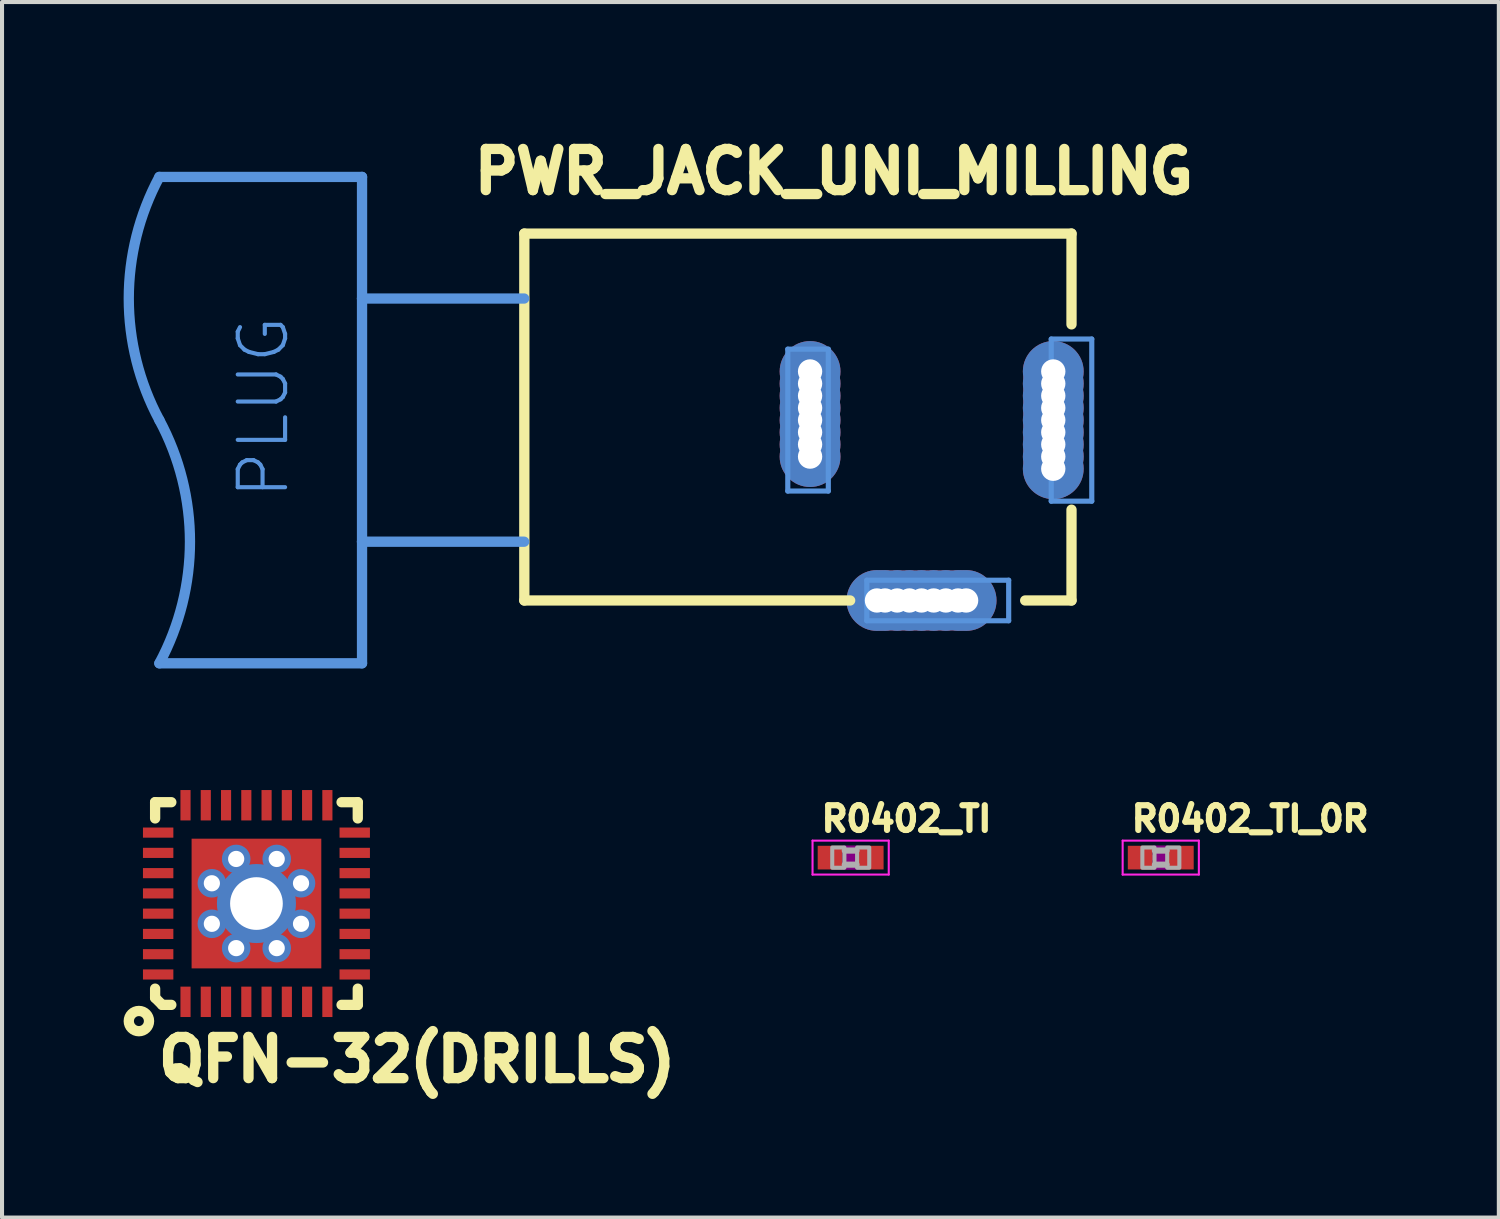
<source format=kicad_pcb>
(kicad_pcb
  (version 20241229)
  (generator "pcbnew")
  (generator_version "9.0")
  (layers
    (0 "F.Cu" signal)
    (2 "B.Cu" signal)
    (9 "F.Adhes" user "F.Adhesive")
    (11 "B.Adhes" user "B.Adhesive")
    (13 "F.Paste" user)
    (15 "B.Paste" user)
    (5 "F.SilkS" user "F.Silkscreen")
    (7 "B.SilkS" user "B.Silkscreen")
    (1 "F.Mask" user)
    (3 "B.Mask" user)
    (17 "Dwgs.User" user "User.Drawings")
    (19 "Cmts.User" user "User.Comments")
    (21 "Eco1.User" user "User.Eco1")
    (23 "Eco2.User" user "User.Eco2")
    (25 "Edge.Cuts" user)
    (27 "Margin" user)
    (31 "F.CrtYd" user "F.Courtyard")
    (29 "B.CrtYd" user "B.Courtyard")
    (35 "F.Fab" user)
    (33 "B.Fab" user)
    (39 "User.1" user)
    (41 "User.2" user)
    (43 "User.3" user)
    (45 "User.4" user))
  (footprint "R0402_TI"
    (layer "F.Cu")
    (at 17.937 18.109)
    (property "Reference" "R0402_TI" (at -0.8 -0.6 0) (layer "F.SilkS") (effects (font (size 0.61 0.61) (thickness 0.203)) (justify left bottom)))
    (fp_poly (pts (xy -0.2 0.3) (xy 0.2 0.3) (xy 0.2 -0.3) (xy -0.2 -0.3)) (stroke (width 0) (type solid)) (fill yes) (layer "F.Adhes"))
    (fp_line (start -0.94 -0.419) (end 0.94 -0.419) (stroke (width 0.051) (type solid)) (layer "F.CrtYd"))
    (fp_line (start -0.94 0.419) (end -0.94 -0.419) (stroke (width 0.051) (type solid)) (layer "F.CrtYd"))
    (fp_line (start 0.94 -0.419) (end 0.94 0.419) (stroke (width 0.051) (type solid)) (layer "F.CrtYd"))
    (fp_line (start 0.94 0.419) (end -0.94 0.419) (stroke (width 0.051) (type solid)) (layer "F.CrtYd"))
    (fp_line (start -0.145 -0.174) (end 0.145 -0.174) (stroke (width 0.152) (type solid)) (layer "F.Fab"))
    (fp_line (start 0.145 0.174) (end -0.145 0.174) (stroke (width 0.152) (type solid)) (layer "F.Fab"))
    (fp_poly (pts (xy -0.454 0.25) (xy -0.154 0.25) (xy -0.154 -0.25) (xy -0.454 -0.25)) (stroke (width 0.1) (type solid)) (fill no) (layer "F.Fab"))
    (fp_poly (pts (xy 0.159 0.25) (xy 0.459 0.25) (xy 0.459 -0.25) (xy 0.159 -0.25)) (stroke (width 0.1) (type solid)) (fill no) (layer "F.Fab"))
    (pad "1" smd rect (at -0.508 0) (size 0.61 0.584) (layers "F.Cu" "F.Mask" "F.Paste"))
    (pad "2" smd rect (at 0.508 0) (size 0.61 0.584) (layers "F.Cu" "F.Mask" "F.Paste")))
  (footprint "QFN-32(DRILLS)"
    (layer "F.Cu")
    (at 3.277 19.242)
    (property "Reference" "QFN-32(DRILLS)" (at -2.54 4.445 0) (layer "F.SilkS") (effects (font (size 1.016 1.016) (thickness 0.254)) (justify left bottom)))
    (fp_line (start -2.5 -2.5) (end -2.5 -2.1) (stroke (width 0.254) (type solid)) (layer "F.SilkS"))
    (fp_line (start -2.5 2.1) (end -2.5 2.325) (stroke (width 0.254) (type solid)) (layer "F.SilkS"))
    (fp_line (start -2.5 2.325) (end -2.325 2.5) (stroke (width 0.254) (type solid)) (layer "F.SilkS"))
    (fp_line (start -2.325 2.5) (end -2.1 2.5) (stroke (width 0.254) (type solid)) (layer "F.SilkS"))
    (fp_line (start -2.1 -2.5) (end -2.5 -2.5) (stroke (width 0.254) (type solid)) (layer "F.SilkS"))
    (fp_line (start 2.1 2.5) (end 2.5 2.5) (stroke (width 0.254) (type solid)) (layer "F.SilkS"))
    (fp_line (start 2.5 -2.5) (end 2.1 -2.5) (stroke (width 0.254) (type solid)) (layer "F.SilkS"))
    (fp_line (start 2.5 -2.1) (end 2.5 -2.5) (stroke (width 0.254) (type solid)) (layer "F.SilkS"))
    (fp_line (start 2.5 2.5) (end 2.5 2.1) (stroke (width 0.254) (type solid)) (layer "F.SilkS"))
    (fp_circle (center -2.9 2.9) (end -2.65 2.9) (stroke (width 0.254) (type solid)) (fill no) (layer "F.SilkS"))
    (fp_poly (pts (xy -2.05 -1.635) (xy -2.05 -1.865) (xy -2.8 -1.865) (xy -2.8 -1.635)) (stroke (width 0) (type solid)) (fill yes) (layer "F.Paste"))
    (fp_poly (pts (xy -2.05 -1.135) (xy -2.05 -1.365) (xy -2.8 -1.365) (xy -2.8 -1.135)) (stroke (width 0) (type solid)) (fill yes) (layer "F.Paste"))
    (fp_poly (pts (xy -2.05 -0.635) (xy -2.05 -0.865) (xy -2.8 -0.865) (xy -2.8 -0.635)) (stroke (width 0) (type solid)) (fill yes) (layer "F.Paste"))
    (fp_poly (pts (xy -2.05 -0.135) (xy -2.05 -0.365) (xy -2.8 -0.365) (xy -2.8 -0.135)) (stroke (width 0) (type solid)) (fill yes) (layer "F.Paste"))
    (fp_poly (pts (xy -2.05 0.365) (xy -2.05 0.135) (xy -2.8 0.135) (xy -2.8 0.365)) (stroke (width 0) (type solid)) (fill yes) (layer "F.Paste"))
    (fp_poly (pts (xy -2.05 0.865) (xy -2.05 0.635) (xy -2.8 0.635) (xy -2.8 0.865)) (stroke (width 0) (type solid)) (fill yes) (layer "F.Paste"))
    (fp_poly (pts (xy -2.05 1.365) (xy -2.05 1.135) (xy -2.8 1.135) (xy -2.8 1.365)) (stroke (width 0) (type solid)) (fill yes) (layer "F.Paste"))
    (fp_poly (pts (xy -2.05 1.865) (xy -2.05 1.635) (xy -2.8 1.635) (xy -2.8 1.865)) (stroke (width 0) (type solid)) (fill yes) (layer "F.Paste"))
    (fp_poly (pts (xy -1.865 -2.05) (xy -1.635 -2.05) (xy -1.635 -2.8) (xy -1.865 -2.8)) (stroke (width 0) (type solid)) (fill yes) (layer "F.Paste"))
    (fp_poly (pts (xy -1.865 2.8) (xy -1.635 2.8) (xy -1.635 2.05) (xy -1.865 2.05)) (stroke (width 0) (type solid)) (fill yes) (layer "F.Paste"))
    (fp_poly (pts (xy -1.5 -0.7) (xy -0.7 -0.7) (xy -0.7 -1.5) (xy -1.5 -1.5)) (stroke (width 0) (type solid)) (fill yes) (layer "F.Paste"))
    (fp_poly (pts (xy -1.5 0.3) (xy -0.7 0.3) (xy -0.7 -0.3) (xy -1.5 -0.3)) (stroke (width 0) (type solid)) (fill yes) (layer "F.Paste"))
    (fp_poly (pts (xy -1.5 1.5) (xy -0.7 1.5) (xy -0.7 0.7) (xy -1.5 0.7)) (stroke (width 0) (type solid)) (fill yes) (layer "F.Paste"))
    (fp_poly (pts (xy -1.365 -2.05) (xy -1.135 -2.05) (xy -1.135 -2.8) (xy -1.365 -2.8)) (stroke (width 0) (type solid)) (fill yes) (layer "F.Paste"))
    (fp_poly (pts (xy -1.365 2.8) (xy -1.135 2.8) (xy -1.135 2.05) (xy -1.365 2.05)) (stroke (width 0) (type solid)) (fill yes) (layer "F.Paste"))
    (fp_poly (pts (xy -0.865 -2.05) (xy -0.635 -2.05) (xy -0.635 -2.8) (xy -0.865 -2.8)) (stroke (width 0) (type solid)) (fill yes) (layer "F.Paste"))
    (fp_poly (pts (xy -0.865 2.8) (xy -0.635 2.8) (xy -0.635 2.05) (xy -0.865 2.05)) (stroke (width 0) (type solid)) (fill yes) (layer "F.Paste"))
    (fp_poly (pts (xy -0.365 -2.05) (xy -0.135 -2.05) (xy -0.135 -2.8) (xy -0.365 -2.8)) (stroke (width 0) (type solid)) (fill yes) (layer "F.Paste"))
    (fp_poly (pts (xy -0.365 2.8) (xy -0.135 2.8) (xy -0.135 2.05) (xy -0.365 2.05)) (stroke (width 0) (type solid)) (fill yes) (layer "F.Paste"))
    (fp_poly (pts (xy -0.3 -0.7) (xy 0.3 -0.7) (xy 0.3 -1.5) (xy -0.3 -1.5)) (stroke (width 0) (type solid)) (fill yes) (layer "F.Paste"))
    (fp_poly (pts (xy -0.3 1.5) (xy 0.3 1.5) (xy 0.3 0.7) (xy -0.3 0.7)) (stroke (width 0) (type solid)) (fill yes) (layer "F.Paste"))
    (fp_poly (pts (xy 0.135 -2.05) (xy 0.365 -2.05) (xy 0.365 -2.8) (xy 0.135 -2.8)) (stroke (width 0) (type solid)) (fill yes) (layer "F.Paste"))
    (fp_poly (pts (xy 0.135 2.8) (xy 0.365 2.8) (xy 0.365 2.05) (xy 0.135 2.05)) (stroke (width 0) (type solid)) (fill yes) (layer "F.Paste"))
    (fp_poly (pts (xy 0.635 -2.05) (xy 0.865 -2.05) (xy 0.865 -2.8) (xy 0.635 -2.8)) (stroke (width 0) (type solid)) (fill yes) (layer "F.Paste"))
    (fp_poly (pts (xy 0.635 2.8) (xy 0.865 2.8) (xy 0.865 2.05) (xy 0.635 2.05)) (stroke (width 0) (type solid)) (fill yes) (layer "F.Paste"))
    (fp_poly (pts (xy 0.7 -0.7) (xy 1.5 -0.7) (xy 1.5 -1.5) (xy 0.7 -1.5)) (stroke (width 0) (type solid)) (fill yes) (layer "F.Paste"))
    (fp_poly (pts (xy 0.7 0.3) (xy 1.5 0.3) (xy 1.5 -0.3) (xy 0.7 -0.3)) (stroke (width 0) (type solid)) (fill yes) (layer "F.Paste"))
    (fp_poly (pts (xy 0.7 1.5) (xy 1.5 1.5) (xy 1.5 0.7) (xy 0.7 0.7)) (stroke (width 0) (type solid)) (fill yes) (layer "F.Paste"))
    (fp_poly (pts (xy 1.135 -2.05) (xy 1.365 -2.05) (xy 1.365 -2.8) (xy 1.135 -2.8)) (stroke (width 0) (type solid)) (fill yes) (layer "F.Paste"))
    (fp_poly (pts (xy 1.135 2.8) (xy 1.365 2.8) (xy 1.365 2.05) (xy 1.135 2.05)) (stroke (width 0) (type solid)) (fill yes) (layer "F.Paste"))
    (fp_poly (pts (xy 1.635 -2.05) (xy 1.865 -2.05) (xy 1.865 -2.8) (xy 1.635 -2.8)) (stroke (width 0) (type solid)) (fill yes) (layer "F.Paste"))
    (fp_poly (pts (xy 1.635 2.8) (xy 1.865 2.8) (xy 1.865 2.05) (xy 1.635 2.05)) (stroke (width 0) (type solid)) (fill yes) (layer "F.Paste"))
    (fp_poly (pts (xy 2.8 -1.635) (xy 2.8 -1.865) (xy 2.05 -1.865) (xy 2.05 -1.635)) (stroke (width 0) (type solid)) (fill yes) (layer "F.Paste"))
    (fp_poly (pts (xy 2.8 -1.135) (xy 2.8 -1.365) (xy 2.05 -1.365) (xy 2.05 -1.135)) (stroke (width 0) (type solid)) (fill yes) (layer "F.Paste"))
    (fp_poly (pts (xy 2.8 -0.635) (xy 2.8 -0.865) (xy 2.05 -0.865) (xy 2.05 -0.635)) (stroke (width 0) (type solid)) (fill yes) (layer "F.Paste"))
    (fp_poly (pts (xy 2.8 -0.135) (xy 2.8 -0.365) (xy 2.05 -0.365) (xy 2.05 -0.135)) (stroke (width 0) (type solid)) (fill yes) (layer "F.Paste"))
    (fp_poly (pts (xy 2.8 0.365) (xy 2.8 0.135) (xy 2.05 0.135) (xy 2.05 0.365)) (stroke (width 0) (type solid)) (fill yes) (layer "F.Paste"))
    (fp_poly (pts (xy 2.8 0.865) (xy 2.8 0.635) (xy 2.05 0.635) (xy 2.05 0.865)) (stroke (width 0) (type solid)) (fill yes) (layer "F.Paste"))
    (fp_poly (pts (xy 2.8 1.365) (xy 2.8 1.135) (xy 2.05 1.135) (xy 2.05 1.365)) (stroke (width 0) (type solid)) (fill yes) (layer "F.Paste"))
    (fp_poly (pts (xy 2.8 1.865) (xy 2.8 1.635) (xy 2.05 1.635) (xy 2.05 1.865)) (stroke (width 0) (type solid)) (fill yes) (layer "F.Paste"))
    (pad "1" smd rect (at -1.75 2.425 90) (size 0.75 0.25) (layers "F.Cu" "F.Mask"))
    (pad "2" smd rect (at -1.25 2.425 90) (size 0.75 0.25) (layers "F.Cu" "F.Mask"))
    (pad "3" smd rect (at -0.75 2.425 90) (size 0.75 0.25) (layers "F.Cu" "F.Mask"))
    (pad "4" smd rect (at -0.25 2.425 90) (size 0.75 0.25) (layers "F.Cu" "F.Mask"))
    (pad "5" smd rect (at 0.25 2.425 90) (size 0.75 0.25) (layers "F.Cu" "F.Mask"))
    (pad "6" smd rect (at 0.75 2.425 90) (size 0.75 0.25) (layers "F.Cu" "F.Mask"))
    (pad "7" smd rect (at 1.25 2.425 90) (size 0.75 0.25) (layers "F.Cu" "F.Mask"))
    (pad "8" smd rect (at 1.75 2.425 90) (size 0.75 0.25) (layers "F.Cu" "F.Mask"))
    (pad "9" smd rect (at 2.425 1.75 180) (size 0.75 0.25) (layers "F.Cu" "F.Mask"))
    (pad "10" smd rect (at 2.425 1.25 180) (size 0.75 0.25) (layers "F.Cu" "F.Mask"))
    (pad "11" smd rect (at 2.425 0.75 180) (size 0.75 0.25) (layers "F.Cu" "F.Mask"))
    (pad "12" smd rect (at 2.425 0.25 180) (size 0.75 0.25) (layers "F.Cu" "F.Mask"))
    (pad "13" smd rect (at 2.425 -0.25 180) (size 0.75 0.25) (layers "F.Cu" "F.Mask"))
    (pad "14" smd rect (at 2.425 -0.75 180) (size 0.75 0.25) (layers "F.Cu" "F.Mask"))
    (pad "15" smd rect (at 2.425 -1.25 180) (size 0.75 0.25) (layers "F.Cu" "F.Mask"))
    (pad "16" smd rect (at 2.425 -1.75 180) (size 0.75 0.25) (layers "F.Cu" "F.Mask"))
    (pad "17" smd rect (at 1.75 -2.425 270) (size 0.75 0.25) (layers "F.Cu" "F.Mask"))
    (pad "18" smd rect (at 1.25 -2.425 270) (size 0.75 0.25) (layers "F.Cu" "F.Mask"))
    (pad "19" smd rect (at 0.75 -2.425 270) (size 0.75 0.25) (layers "F.Cu" "F.Mask"))
    (pad "20" smd rect (at 0.25 -2.425 270) (size 0.75 0.25) (layers "F.Cu" "F.Mask"))
    (pad "21" smd rect (at -0.25 -2.425 270) (size 0.75 0.25) (layers "F.Cu" "F.Mask"))
    (pad "22" smd rect (at -0.75 -2.425 270) (size 0.75 0.25) (layers "F.Cu" "F.Mask"))
    (pad "23" smd rect (at -1.25 -2.425 270) (size 0.75 0.25) (layers "F.Cu" "F.Mask"))
    (pad "24" smd rect (at -1.75 -2.425 270) (size 0.75 0.25) (layers "F.Cu" "F.Mask"))
    (pad "25" smd rect (at -2.425 -1.75) (size 0.75 0.25) (layers "F.Cu" "F.Mask"))
    (pad "26" smd rect (at -2.425 -1.25) (size 0.75 0.25) (layers "F.Cu" "F.Mask"))
    (pad "27" smd rect (at -2.425 -0.75) (size 0.75 0.25) (layers "F.Cu" "F.Mask"))
    (pad "28" smd rect (at -2.425 -0.25) (size 0.75 0.25) (layers "F.Cu" "F.Mask"))
    (pad "29" smd rect (at -2.425 0.25) (size 0.75 0.25) (layers "F.Cu" "F.Mask"))
    (pad "30" smd rect (at -2.425 0.75) (size 0.75 0.25) (layers "F.Cu" "F.Mask"))
    (pad "31" smd rect (at -2.425 1.25) (size 0.75 0.25) (layers "F.Cu" "F.Mask"))
    (pad "32" smd rect (at -2.425 1.75) (size 0.75 0.25) (layers "F.Cu" "F.Mask"))
    (pad "EP1" thru_hole circle (at 0 0) (size 1.95 1.95) (drill 1.3) (layers "*.Cu" "*.Mask"))
    (pad "EP2" thru_hole circle (at -0.5 -1.1) (size 0.705 0.705) (drill 0.4) (layers "*.Cu" "*.Mask"))
    (pad "EP3" thru_hole circle (at 0.5 -1.1) (size 0.705 0.705) (drill 0.4) (layers "*.Cu" "*.Mask"))
    (pad "EP4" thru_hole circle (at 1.1 -0.5) (size 0.705 0.705) (drill 0.4) (layers "*.Cu" "*.Mask"))
    (pad "EP5" thru_hole circle (at 1.1 0.5) (size 0.705 0.705) (drill 0.4) (layers "*.Cu" "*.Mask"))
    (pad "EP6" thru_hole circle (at 0.5 1.1) (size 0.705 0.705) (drill 0.4) (layers "*.Cu" "*.Mask"))
    (pad "EP7" thru_hole circle (at -0.5 1.1) (size 0.705 0.705) (drill 0.4) (layers "*.Cu" "*.Mask"))
    (pad "EP8" thru_hole circle (at -1.1 0.5) (size 0.705 0.705) (drill 0.4) (layers "*.Cu" "*.Mask"))
    (pad "EP9" thru_hole circle (at -1.1 -0.5) (size 0.705 0.705) (drill 0.4) (layers "*.Cu" "*.Mask"))
    (pad "EXP_PAD" smd rect (at 0 0) (size 3.2 3.2) (layers "F.Cu" "F.Mask")))
  (footprint "R0402_TI_0R"
    (layer "F.Cu")
    (at 25.588 18.109)
    (property "Reference" "R0402_TI_0R" (at -0.8 -0.6 0) (layer "F.SilkS") (effects (font (size 0.61 0.61) (thickness 0.203)) (justify left bottom)))
    (fp_line (start -0.254 0) (end 0.254 0) (stroke (width 0.127) (type solid)) (layer "F.Cu"))
    (fp_poly (pts (xy -0.2 0.3) (xy 0.2 0.3) (xy 0.2 -0.3) (xy -0.2 -0.3)) (stroke (width 0) (type solid)) (fill yes) (layer "F.Adhes"))
    (fp_line (start -0.94 -0.419) (end 0.94 -0.419) (stroke (width 0.051) (type solid)) (layer "F.CrtYd"))
    (fp_line (start -0.94 0.419) (end -0.94 -0.419) (stroke (width 0.051) (type solid)) (layer "F.CrtYd"))
    (fp_line (start 0.94 -0.419) (end 0.94 0.419) (stroke (width 0.051) (type solid)) (layer "F.CrtYd"))
    (fp_line (start 0.94 0.419) (end -0.94 0.419) (stroke (width 0.051) (type solid)) (layer "F.CrtYd"))
    (fp_line (start -0.145 -0.174) (end 0.145 -0.174) (stroke (width 0.152) (type solid)) (layer "F.Fab"))
    (fp_line (start 0.145 0.174) (end -0.145 0.174) (stroke (width 0.152) (type solid)) (layer "F.Fab"))
    (fp_poly (pts (xy -0.454 0.25) (xy -0.154 0.25) (xy -0.154 -0.25) (xy -0.454 -0.25)) (stroke (width 0.1) (type solid)) (fill no) (layer "F.Fab"))
    (fp_poly (pts (xy 0.159 0.25) (xy 0.459 0.25) (xy 0.459 -0.25) (xy 0.159 -0.25)) (stroke (width 0.1) (type solid)) (fill no) (layer "F.Fab"))
    (pad "1" smd rect (at -0.508 0) (size 0.61 0.584) (layers "F.Cu" "F.Mask"))
    (pad "2" smd rect (at 0.508 0) (size 0.61 0.584) (layers "F.Cu" "F.Mask")))
  (footprint "PWR_JACK_UNI_MILLING"
    (layer "F.Cu")
    (at 23.132 12.065)
    (property "Reference" "PWR_JACK_UNI_MILLING" (at -14.605 -10.287 0) (layer "F.SilkS") (effects (font (size 1.016 1.016) (thickness 0.254)) (justify left bottom)))
    (fp_line (start -13.246 -9.352) (end -13.246 -0.3) (stroke (width 0.254) (type solid)) (layer "F.SilkS"))
    (fp_line (start -13.246 -0.3) (end -5.207 -0.3) (stroke (width 0.254) (type solid)) (layer "F.SilkS"))
    (fp_line (start 0.254 -9.352) (end -13.246 -9.352) (stroke (width 0.254) (type solid)) (layer "F.SilkS"))
    (fp_line (start 0.254 -9.352) (end 0.254 -7.112) (stroke (width 0.254) (type solid)) (layer "F.SilkS"))
    (fp_line (start 0.254 -0.3) (end -0.889 -0.3) (stroke (width 0.254) (type solid)) (layer "F.SilkS"))
    (fp_line (start 0.254 -0.3) (end 0.254 -2.54) (stroke (width 0.254) (type solid)) (layer "F.SilkS"))
    (fp_line (start -17.25 -10.75) (end -22.25 -10.75) (stroke (width 0.254) (type solid)) (layer "Cmts.User"))
    (fp_line (start -17.25 -10.75) (end -17.25 -7.75) (stroke (width 0.254) (type solid)) (layer "Cmts.User"))
    (fp_line (start -17.25 -7.75) (end -17.25 -1.75) (stroke (width 0.254) (type solid)) (layer "Cmts.User"))
    (fp_line (start -17.25 -7.75) (end -13.25 -7.75) (stroke (width 0.254) (type solid)) (layer "Cmts.User"))
    (fp_line (start -17.25 -1.75) (end -17.25 1.25) (stroke (width 0.254) (type solid)) (layer "Cmts.User"))
    (fp_line (start -17.25 -1.75) (end -13.25 -1.75) (stroke (width 0.254) (type solid)) (layer "Cmts.User"))
    (fp_line (start -17.25 1.25) (end -22.25 1.25) (stroke (width 0.254) (type solid)) (layer "Cmts.User"))
    (fp_line (start -6.746 -6.5) (end -6.746 -3) (stroke (width 0.127) (type solid)) (layer "Cmts.User"))
    (fp_line (start -6.746 -3) (end -5.746 -3) (stroke (width 0.127) (type solid)) (layer "Cmts.User"))
    (fp_line (start -5.746 -6.5) (end -6.746 -6.5) (stroke (width 0.127) (type solid)) (layer "Cmts.User"))
    (fp_line (start -5.746 -3) (end -5.746 -6.5) (stroke (width 0.127) (type solid)) (layer "Cmts.User"))
    (fp_line (start -4.796 -0.8) (end -4.796 0.2) (stroke (width 0.127) (type solid)) (layer "Cmts.User"))
    (fp_line (start -4.796 0.2) (end -1.296 0.2) (stroke (width 0.127) (type solid)) (layer "Cmts.User"))
    (fp_line (start -1.296 -0.8) (end -4.796 -0.8) (stroke (width 0.127) (type solid)) (layer "Cmts.User"))
    (fp_line (start -1.296 0.2) (end -1.296 -0.8) (stroke (width 0.127) (type solid)) (layer "Cmts.User"))
    (fp_line (start -0.246 -6.75) (end -0.246 -2.75) (stroke (width 0.127) (type solid)) (layer "Cmts.User"))
    (fp_line (start -0.246 -2.75) (end 0.754 -2.75) (stroke (width 0.127) (type solid)) (layer "Cmts.User"))
    (fp_line (start 0.754 -6.75) (end -0.246 -6.75) (stroke (width 0.127) (type solid)) (layer "Cmts.User"))
    (fp_line (start 0.754 -2.75) (end 0.754 -6.75) (stroke (width 0.127) (type solid)) (layer "Cmts.User"))
    (fp_arc (start -22.25 -4.75) (mid -21.495064 -1.75) (end -22.25 1.25) (stroke (width 0.254) (type solid)) (layer "Cmts.User"))
    (fp_arc (start -22.25 -4.749999) (mid -23.004937 -7.75) (end -22.25 -10.75) (stroke (width 0.254) (type solid)) (layer "Cmts.User"))
    (fp_text user "PLUG" (at -19 -2.75 90) (layer "Cmts.User") (effects (font (size 1.168 1.168) (thickness 0.102)) (justify left bottom)))
    (pad "+" thru_hole circle (at -0.196 -4.75) (size 1.5 1.5) (drill 0.6) (layers "*.Cu" "*.Mask"))
    (pad "+1" thru_hole circle (at -0.196 -5.05) (size 1.5 1.5) (drill 0.6) (layers "*.Cu" "*.Mask"))
    (pad "+2" thru_hole circle (at -0.196 -5.35) (size 1.5 1.5) (drill 0.6) (layers "*.Cu" "*.Mask"))
    (pad "+3" thru_hole circle (at -0.196 -5.65) (size 1.5 1.5) (drill 0.6) (layers "*.Cu" "*.Mask"))
    (pad "+4" thru_hole circle (at -0.196 -4.45) (size 1.5 1.5) (drill 0.6) (layers "*.Cu" "*.Mask"))
    (pad "+5" thru_hole circle (at -0.196 -4.15) (size 1.5 1.5) (drill 0.6) (layers "*.Cu" "*.Mask"))
    (pad "+6" thru_hole circle (at -0.196 -3.85) (size 1.5 1.5) (drill 0.6) (layers "*.Cu" "*.Mask"))
    (pad "+7" thru_hole circle (at -0.196 -3.55) (size 1.5 1.5) (drill 0.6) (layers "*.Cu" "*.Mask"))
    (pad "+8" thru_hole circle (at -0.196 -5.95) (size 1.5 1.5) (drill 0.6) (layers "*.Cu" "*.Mask"))
    (pad "-" thru_hole circle (at -6.196 -4.75) (size 1.5 1.5) (drill 0.6) (layers "*.Cu" "*.Mask"))
    (pad "--" thru_hole circle (at -3.446 -0.3) (size 1.5 1.5) (drill 0.6) (layers "*.Cu" "*.Mask"))
    (pad "--1" thru_hole circle (at -3.746 -0.3) (size 1.5 1.5) (drill 0.6) (layers "*.Cu" "*.Mask"))
    (pad "--2" thru_hole circle (at -4.046 -0.3) (size 1.5 1.5) (drill 0.6) (layers "*.Cu" "*.Mask"))
    (pad "--3" thru_hole circle (at -4.346 -0.3) (size 1.5 1.5) (drill 0.6) (layers "*.Cu" "*.Mask"))
    (pad "--4" thru_hole circle (at -3.146 -0.3) (size 1.5 1.5) (drill 0.6) (layers "*.Cu" "*.Mask"))
    (pad "--5" thru_hole circle (at -2.846 -0.3) (size 1.5 1.5) (drill 0.6) (layers "*.Cu" "*.Mask"))
    (pad "--6" thru_hole circle (at -2.546 -0.3) (size 1.5 1.5) (drill 0.6) (layers "*.Cu" "*.Mask"))
    (pad "--14" thru_hole circle (at -4.546 -0.3) (size 1.5 1.5) (drill 0.6) (layers "*.Cu" "*.Mask"))
    (pad "--15" thru_hole circle (at -2.346 -0.3) (size 1.5 1.5) (drill 0.6) (layers "*.Cu" "*.Mask"))
    (pad "-1" thru_hole circle (at -6.196 -5.05) (size 1.5 1.5) (drill 0.6) (layers "*.Cu" "*.Mask"))
    (pad "-2" thru_hole circle (at -6.196 -5.35) (size 1.5 1.5) (drill 0.6) (layers "*.Cu" "*.Mask"))
    (pad "-3" thru_hole circle (at -6.196 -4.45) (size 1.5 1.5) (drill 0.6) (layers "*.Cu" "*.Mask"))
    (pad "-4" thru_hole circle (at -6.196 -4.15) (size 1.5 1.5) (drill 0.6) (layers "*.Cu" "*.Mask"))
    (pad "-5" thru_hole circle (at -6.196 -5.65) (size 1.5 1.5) (drill 0.6) (layers "*.Cu" "*.Mask"))
    (pad "-6" thru_hole circle (at -6.196 -3.85) (size 1.5 1.5) (drill 0.6) (layers "*.Cu" "*.Mask"))
    (pad "-8" thru_hole circle (at -6.196 -5.95) (size 1.5 1.5) (drill 0.6) (layers "*.Cu" "*.Mask")))
  (gr_rect
    (start -3 -3)
    (end 33.929 26.989)
    (stroke (width 0.1) (type default))
    (fill no)
    (layer "Edge.Cuts")))
</source>
